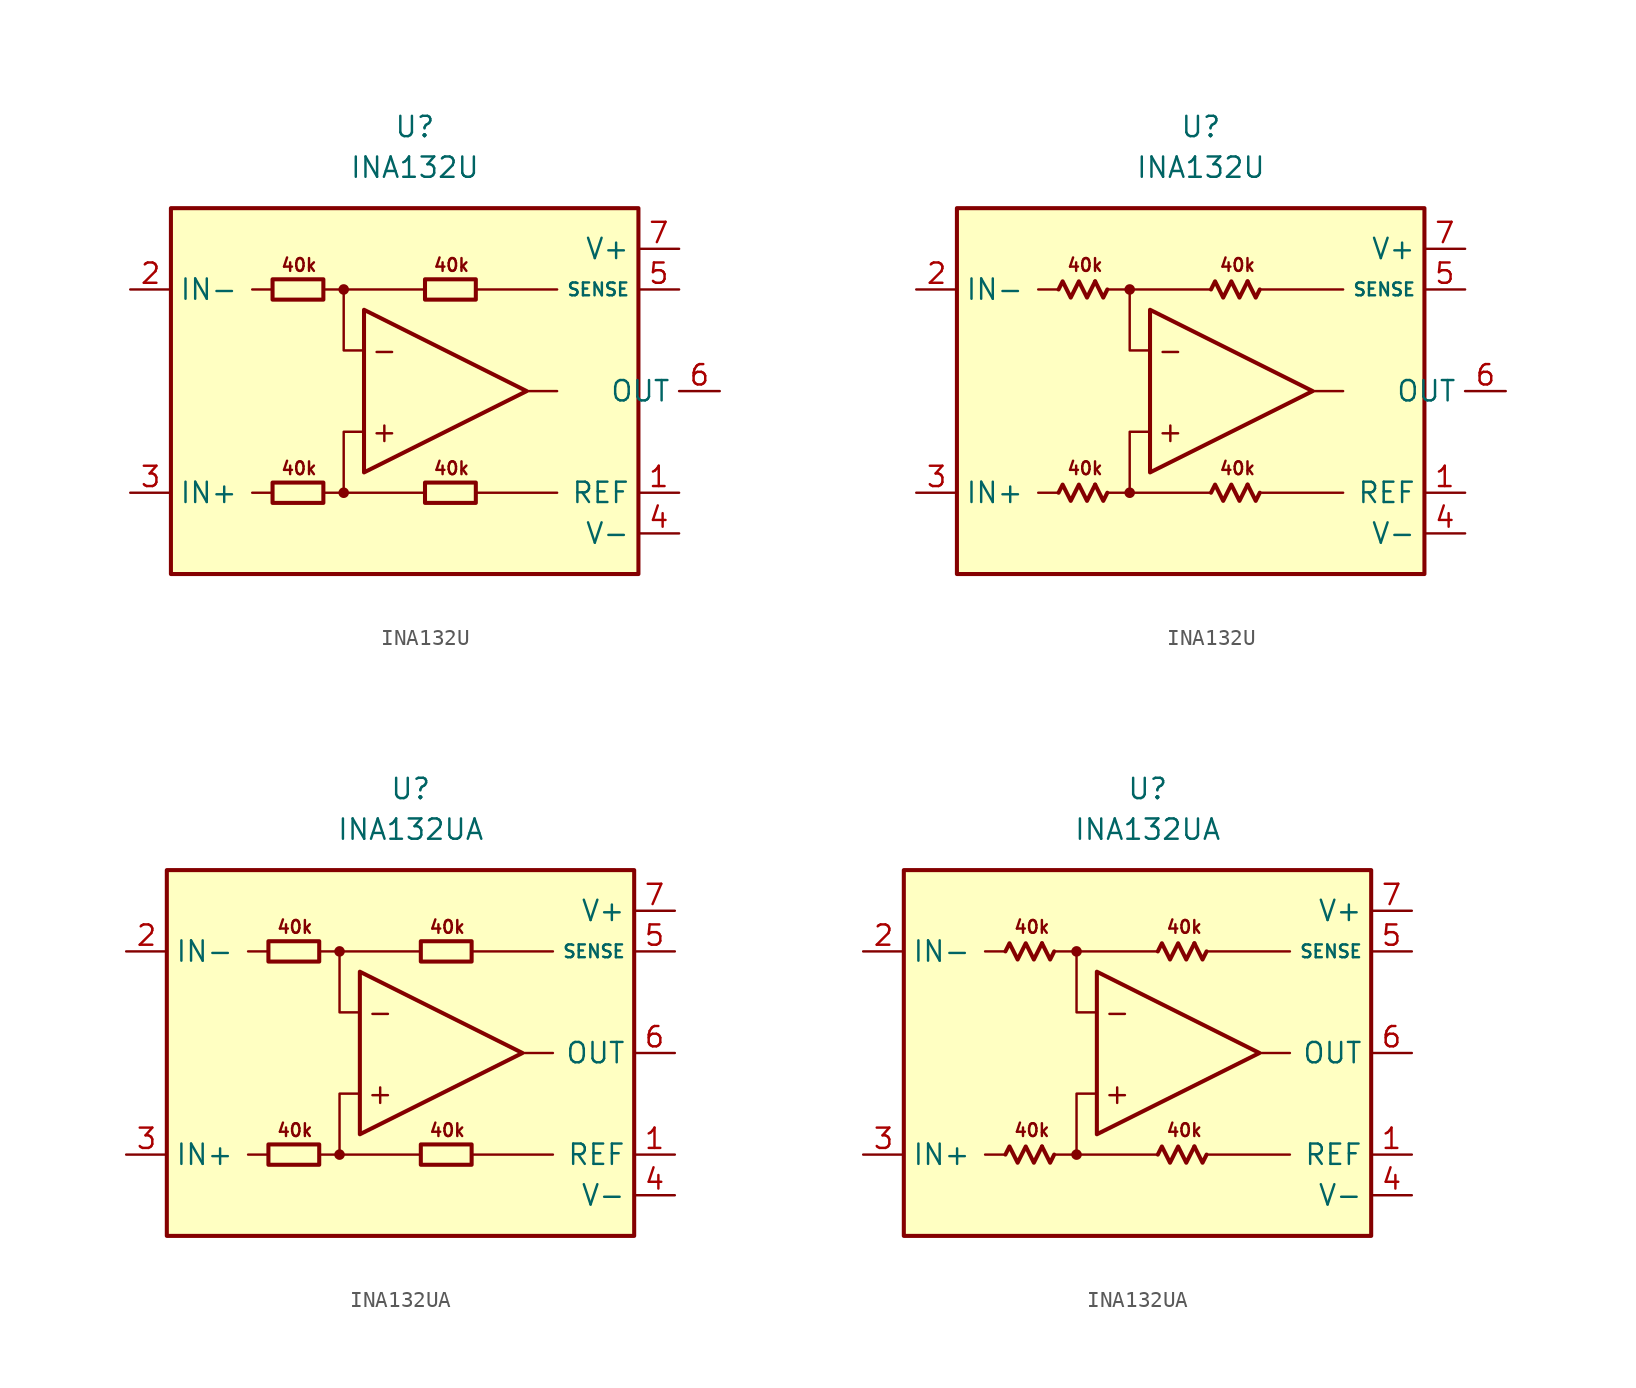
<source format=kicad_sym>
(kicad_symbol_lib
  (version 20231120)
  (generator "kicad_symbol_editor")
  (generator_version "8.0")
  (symbol "INA132U"
    (property "Reference" "U"
      (at 0 16.51 0)
      (effects (font (size 1.27 1.27))))
    (property "Value" "INA132U"
      (at 0 13.97 0)
      (effects (font (size 1.27 1.27))))
    (symbol "INA132U_0_0"
      (rectangle (start -15.24 11.43) (end 13.97 -11.43) (stroke (width 0.254) (type default)) (fill (type background)))
      (circle (center -4.445 -6.35) (radius 0.254) (stroke (width 0.152) (type default)) (fill (type outline)))
      (circle (center -4.445 6.35) (radius 0.254) (stroke (width 0.152) (type default)) (fill (type outline)))
      (polyline (pts (xy -8.89 -6.35) (xy -10.16 -6.35)) (stroke (width 0.152) (type default)) (fill (type none)))
      (polyline (pts (xy -8.89 6.35) (xy -10.16 6.35)) (stroke (width 0.152) (type default)) (fill (type none)))
      (polyline (pts (xy -4.445 6.35) (xy 0.635 6.35)) (stroke (width 0.152) (type default)) (fill (type none)))
      (polyline (pts (xy 0.635 -6.35) (xy -4.445 -6.35)) (stroke (width 0.152) (type default)) (fill (type none)))
      (polyline (pts (xy 3.81 -6.35) (xy 8.89 -6.35)) (stroke (width 0.152) (type default)) (fill (type none)))
      (polyline (pts (xy 3.81 6.35) (xy 8.89 6.35)) (stroke (width 0.152) (type default)) (fill (type none)))
      (polyline (pts (xy 8.89 0) (xy 6.985 0)) (stroke (width 0.152) (type default)) (fill (type none)))
      (polyline (pts (xy -5.715 -6.35) (xy -4.445 -6.35) (xy -4.445 -2.54) (xy -3.175 -2.54)) (stroke (width 0.152) (type default)) (fill (type none)))
      (polyline (pts (xy -3.175 2.54) (xy -4.445 2.54) (xy -4.445 6.35) (xy -5.715 6.35)) (stroke (width 0.152) (type default)) (fill (type none)))
      (polyline (pts (xy -3.175 5.08) (xy -3.175 -5.08) (xy 6.985 0) (xy -3.175 5.08)) (stroke (width 0.254) (type default)) (fill (type none)))
      (text "+" (at -1.905 -2.54 0) (effects (font (size 1.27 1.27))))
      (text "-" (at -1.905 2.54 0) (effects (font (size 1.27 1.27))))
      (text "40k" (at -7.239 -4.826 0) (effects (font (size 0.8 0.8))))
      (text "40k" (at -7.239 7.874 0) (effects (font (size 0.8 0.8))))
      (text "40k" (at 2.286 -4.826 0) (effects (font (size 0.8 0.8))))
      (text "40k" (at 2.286 7.874 0) (effects (font (size 0.8 0.8)))))
    (symbol "INA132U_0_1"
      (rectangle (start -8.89 -5.715) (end -5.715 -6.985) (stroke (width 0.254) (type default)) (fill (type none)))
      (rectangle (start -8.89 6.985) (end -5.715 5.715) (stroke (width 0.254) (type default)) (fill (type none)))
      (rectangle (start 0.635 -5.715) (end 3.81 -6.985) (stroke (width 0.254) (type default)) (fill (type none)))
      (rectangle (start 0.635 6.985) (end 3.81 5.715) (stroke (width 0.254) (type default)) (fill (type none))))
    (symbol "INA132U_0_2"
      (polyline (pts (xy -6.604 -5.842) (xy -6.096 -6.858) (xy -5.842 -6.35)) (stroke (width 0.254) (type default)) (fill (type none)))
      (polyline (pts (xy -6.604 6.858) (xy -6.096 5.842) (xy -5.842 6.35)) (stroke (width 0.254) (type default)) (fill (type none)))
      (polyline (pts (xy 2.921 -5.842) (xy 3.429 -6.858) (xy 3.683 -6.35)) (stroke (width 0.254) (type default)) (fill (type none)))
      (polyline (pts (xy 2.921 6.858) (xy 3.429 5.842) (xy 3.683 6.35)) (stroke (width 0.254) (type default)) (fill (type none)))
      (polyline (pts (xy -8.89 -6.35) (xy -8.636 -5.842) (xy -8.128 -6.858) (xy -7.62 -5.842) (xy -7.112 -6.858) (xy -6.604 -5.842)) (stroke (width 0.254) (type default)) (fill (type none)))
      (polyline (pts (xy -8.89 6.35) (xy -8.636 6.858) (xy -8.128 5.842) (xy -7.62 6.858) (xy -7.112 5.842) (xy -6.604 6.858)) (stroke (width 0.254) (type default)) (fill (type none)))
      (polyline (pts (xy 0.635 -6.35) (xy 0.889 -5.842) (xy 1.397 -6.858) (xy 1.905 -5.842) (xy 2.413 -6.858) (xy 2.921 -5.842)) (stroke (width 0.254) (type default)) (fill (type none)))
      (polyline (pts (xy 0.635 6.35) (xy 0.889 6.858) (xy 1.397 5.842) (xy 1.905 6.858) (xy 2.413 5.842) (xy 2.921 6.858)) (stroke (width 0.254) (type default)) (fill (type none))))
    (symbol "INA132U_1_1"
      (pin input line (at 16.51 -6.35 180) (length 2.54) (name "REF" (effects (font (size 1.27 1.27)))) (number "1" (effects (font (size 1.27 1.27)))))
      (pin input line (at -17.78 6.35 0) (length 2.54) (name "IN-" (effects (font (size 1.27 1.27)))) (number "2" (effects (font (size 1.27 1.27)))))
      (pin input line (at -17.78 -6.35 0) (length 2.54) (name "IN+" (effects (font (size 1.27 1.27)))) (number "3" (effects (font (size 1.27 1.27)))))
      (pin power_in line (at 16.51 -8.89 180) (length 2.54) (name "V-" (effects (font (size 1.27 1.27)))) (number "4" (effects (font (size 1.27 1.27)))))
      (pin input line (at 16.51 6.35 180) (length 2.54) (name "SENSE" (effects (font (size 0.8 0.8)))) (number "5" (effects (font (size 1.27 1.27)))))
      (pin output line (at 19.05 0 180) (length 2.54) (name "OUT" (effects (font (size 1.27 1.27)))) (number "6" (effects (font (size 1.27 1.27)))))
      (pin power_in line (at 16.51 8.89 180) (length 2.54) (name "V+" (effects (font (size 1.27 1.27)))) (number "7" (effects (font (size 1.27 1.27)))))
      (pin free line (at -10.16 0 0) (length 2.54) hide (name "NC" (effects (font (size 1.27 1.27)))) (number "8" (effects (font (size 1.27 1.27))))))
    (symbol "INA132U_1_2"
      (pin input line (at 16.51 -6.35 180) (length 2.54) (name "REF" (effects (font (size 1.27 1.27)))) (number "1" (effects (font (size 1.27 1.27)))))
      (pin input line (at -17.78 6.35 0) (length 2.54) (name "IN-" (effects (font (size 1.27 1.27)))) (number "2" (effects (font (size 1.27 1.27)))))
      (pin input line (at -17.78 -6.35 0) (length 2.54) (name "IN+" (effects (font (size 1.27 1.27)))) (number "3" (effects (font (size 1.27 1.27)))))
      (pin power_in line (at 16.51 -8.89 180) (length 2.54) (name "V-" (effects (font (size 1.27 1.27)))) (number "4" (effects (font (size 1.27 1.27)))))
      (pin input line (at 16.51 6.35 180) (length 2.54) (name "SENSE" (effects (font (size 0.8 0.8)))) (number "5" (effects (font (size 1.27 1.27)))))
      (pin output line (at 19.05 0 180) (length 2.54) (name "OUT" (effects (font (size 1.27 1.27)))) (number "6" (effects (font (size 1.27 1.27)))))
      (pin power_in line (at 16.51 8.89 180) (length 2.54) (name "V+" (effects (font (size 1.27 1.27)))) (number "7" (effects (font (size 1.27 1.27)))))
      (pin free line (at -10.16 0 0) (length 2.54) hide (name "NC" (effects (font (size 1.27 1.27)))) (number "8" (effects (font (size 1.27 1.27)))))))
  (symbol "INA132UA"
    (property "Reference" "U"
      (at 0 16.51 0)
      (effects (font (size 1.27 1.27))))
    (property "Value" "INA132UA"
      (at 0 13.97 0)
      (effects (font (size 1.27 1.27))))
    (symbol "INA132UA_0_0"
      (rectangle (start -15.24 11.43) (end 13.97 -11.43) (stroke (width 0.254) (type default)) (fill (type background)))
      (circle (center -4.445 -6.35) (radius 0.254) (stroke (width 0.152) (type default)) (fill (type outline)))
      (circle (center -4.445 6.35) (radius 0.254) (stroke (width 0.152) (type default)) (fill (type outline)))
      (polyline (pts (xy -8.89 -6.35) (xy -10.16 -6.35)) (stroke (width 0.152) (type default)) (fill (type none)))
      (polyline (pts (xy -8.89 6.35) (xy -10.16 6.35)) (stroke (width 0.152) (type default)) (fill (type none)))
      (polyline (pts (xy -4.445 6.35) (xy 0.635 6.35)) (stroke (width 0.152) (type default)) (fill (type none)))
      (polyline (pts (xy 0.635 -6.35) (xy -4.445 -6.35)) (stroke (width 0.152) (type default)) (fill (type none)))
      (polyline (pts (xy 3.81 -6.35) (xy 8.89 -6.35)) (stroke (width 0.152) (type default)) (fill (type none)))
      (polyline (pts (xy 3.81 6.35) (xy 8.89 6.35)) (stroke (width 0.152) (type default)) (fill (type none)))
      (polyline (pts (xy 8.89 0) (xy 6.985 0)) (stroke (width 0.152) (type default)) (fill (type none)))
      (polyline (pts (xy -5.715 -6.35) (xy -4.445 -6.35) (xy -4.445 -2.54) (xy -3.175 -2.54)) (stroke (width 0.152) (type default)) (fill (type none)))
      (polyline (pts (xy -3.175 2.54) (xy -4.445 2.54) (xy -4.445 6.35) (xy -5.715 6.35)) (stroke (width 0.152) (type default)) (fill (type none)))
      (polyline (pts (xy -3.175 5.08) (xy -3.175 -5.08) (xy 6.985 0) (xy -3.175 5.08)) (stroke (width 0.254) (type default)) (fill (type none)))
      (text "+" (at -1.905 -2.54 0) (effects (font (size 1.27 1.27))))
      (text "-" (at -1.905 2.54 0) (effects (font (size 1.27 1.27))))
      (text "40k" (at -7.239 -4.826 0) (effects (font (size 0.8 0.8))))
      (text "40k" (at -7.239 7.874 0) (effects (font (size 0.8 0.8))))
      (text "40k" (at 2.286 -4.826 0) (effects (font (size 0.8 0.8))))
      (text "40k" (at 2.286 7.874 0) (effects (font (size 0.8 0.8)))))
    (symbol "INA132UA_0_1"
      (rectangle (start -8.89 -5.715) (end -5.715 -6.985) (stroke (width 0.254) (type default)) (fill (type none)))
      (rectangle (start -8.89 6.985) (end -5.715 5.715) (stroke (width 0.254) (type default)) (fill (type none)))
      (rectangle (start 0.635 -5.715) (end 3.81 -6.985) (stroke (width 0.254) (type default)) (fill (type none)))
      (rectangle (start 0.635 6.985) (end 3.81 5.715) (stroke (width 0.254) (type default)) (fill (type none))))
    (symbol "INA132UA_0_2"
      (polyline (pts (xy -6.604 -5.842) (xy -6.096 -6.858) (xy -5.842 -6.35)) (stroke (width 0.254) (type default)) (fill (type none)))
      (polyline (pts (xy -6.604 6.858) (xy -6.096 5.842) (xy -5.842 6.35)) (stroke (width 0.254) (type default)) (fill (type none)))
      (polyline (pts (xy 2.921 -5.842) (xy 3.429 -6.858) (xy 3.683 -6.35)) (stroke (width 0.254) (type default)) (fill (type none)))
      (polyline (pts (xy 2.921 6.858) (xy 3.429 5.842) (xy 3.683 6.35)) (stroke (width 0.254) (type default)) (fill (type none)))
      (polyline (pts (xy -8.89 -6.35) (xy -8.636 -5.842) (xy -8.128 -6.858) (xy -7.62 -5.842) (xy -7.112 -6.858) (xy -6.604 -5.842)) (stroke (width 0.254) (type default)) (fill (type none)))
      (polyline (pts (xy -8.89 6.35) (xy -8.636 6.858) (xy -8.128 5.842) (xy -7.62 6.858) (xy -7.112 5.842) (xy -6.604 6.858)) (stroke (width 0.254) (type default)) (fill (type none)))
      (polyline (pts (xy 0.635 -6.35) (xy 0.889 -5.842) (xy 1.397 -6.858) (xy 1.905 -5.842) (xy 2.413 -6.858) (xy 2.921 -5.842)) (stroke (width 0.254) (type default)) (fill (type none)))
      (polyline (pts (xy 0.635 6.35) (xy 0.889 6.858) (xy 1.397 5.842) (xy 1.905 6.858) (xy 2.413 5.842) (xy 2.921 6.858)) (stroke (width 0.254) (type default)) (fill (type none))))
    (symbol "INA132UA_1_1"
      (pin input line (at 16.51 -6.35 180) (length 2.54) (name "REF" (effects (font (size 1.27 1.27)))) (number "1" (effects (font (size 1.27 1.27)))))
      (pin input line (at -17.78 6.35 0) (length 2.54) (name "IN-" (effects (font (size 1.27 1.27)))) (number "2" (effects (font (size 1.27 1.27)))))
      (pin input line (at -17.78 -6.35 0) (length 2.54) (name "IN+" (effects (font (size 1.27 1.27)))) (number "3" (effects (font (size 1.27 1.27)))))
      (pin power_in line (at 16.51 -8.89 180) (length 2.54) (name "V-" (effects (font (size 1.27 1.27)))) (number "4" (effects (font (size 1.27 1.27)))))
      (pin input line (at 16.51 6.35 180) (length 2.54) (name "SENSE" (effects (font (size 0.8 0.8)))) (number "5" (effects (font (size 1.27 1.27)))))
      (pin output line (at 16.51 0 180) (length 2.54) (name "OUT" (effects (font (size 1.27 1.27)))) (number "6" (effects (font (size 1.27 1.27)))))
      (pin power_in line (at 16.51 8.89 180) (length 2.54) (name "V+" (effects (font (size 1.27 1.27)))) (number "7" (effects (font (size 1.27 1.27)))))
      (pin free line (at -10.16 0 0) (length 2.54) hide (name "NC" (effects (font (size 1.27 1.27)))) (number "8" (effects (font (size 1.27 1.27))))))
    (symbol "INA132UA_1_2"
      (pin input line (at 16.51 -6.35 180) (length 2.54) (name "REF" (effects (font (size 1.27 1.27)))) (number "1" (effects (font (size 1.27 1.27)))))
      (pin input line (at -17.78 6.35 0) (length 2.54) (name "IN-" (effects (font (size 1.27 1.27)))) (number "2" (effects (font (size 1.27 1.27)))))
      (pin input line (at -17.78 -6.35 0) (length 2.54) (name "IN+" (effects (font (size 1.27 1.27)))) (number "3" (effects (font (size 1.27 1.27)))))
      (pin power_in line (at 16.51 -8.89 180) (length 2.54) (name "V-" (effects (font (size 1.27 1.27)))) (number "4" (effects (font (size 1.27 1.27)))))
      (pin input line (at 16.51 6.35 180) (length 2.54) (name "SENSE" (effects (font (size 0.8 0.8)))) (number "5" (effects (font (size 1.27 1.27)))))
      (pin output line (at 16.51 0 180) (length 2.54) (name "OUT" (effects (font (size 1.27 1.27)))) (number "6" (effects (font (size 1.27 1.27)))))
      (pin power_in line (at 16.51 8.89 180) (length 2.54) (name "V+" (effects (font (size 1.27 1.27)))) (number "7" (effects (font (size 1.27 1.27)))))
      (pin free line (at -10.16 0 0) (length 2.54) hide (name "NC" (effects (font (size 1.27 1.27)))) (number "8" (effects (font (size 1.27 1.27))))))))
</source>
